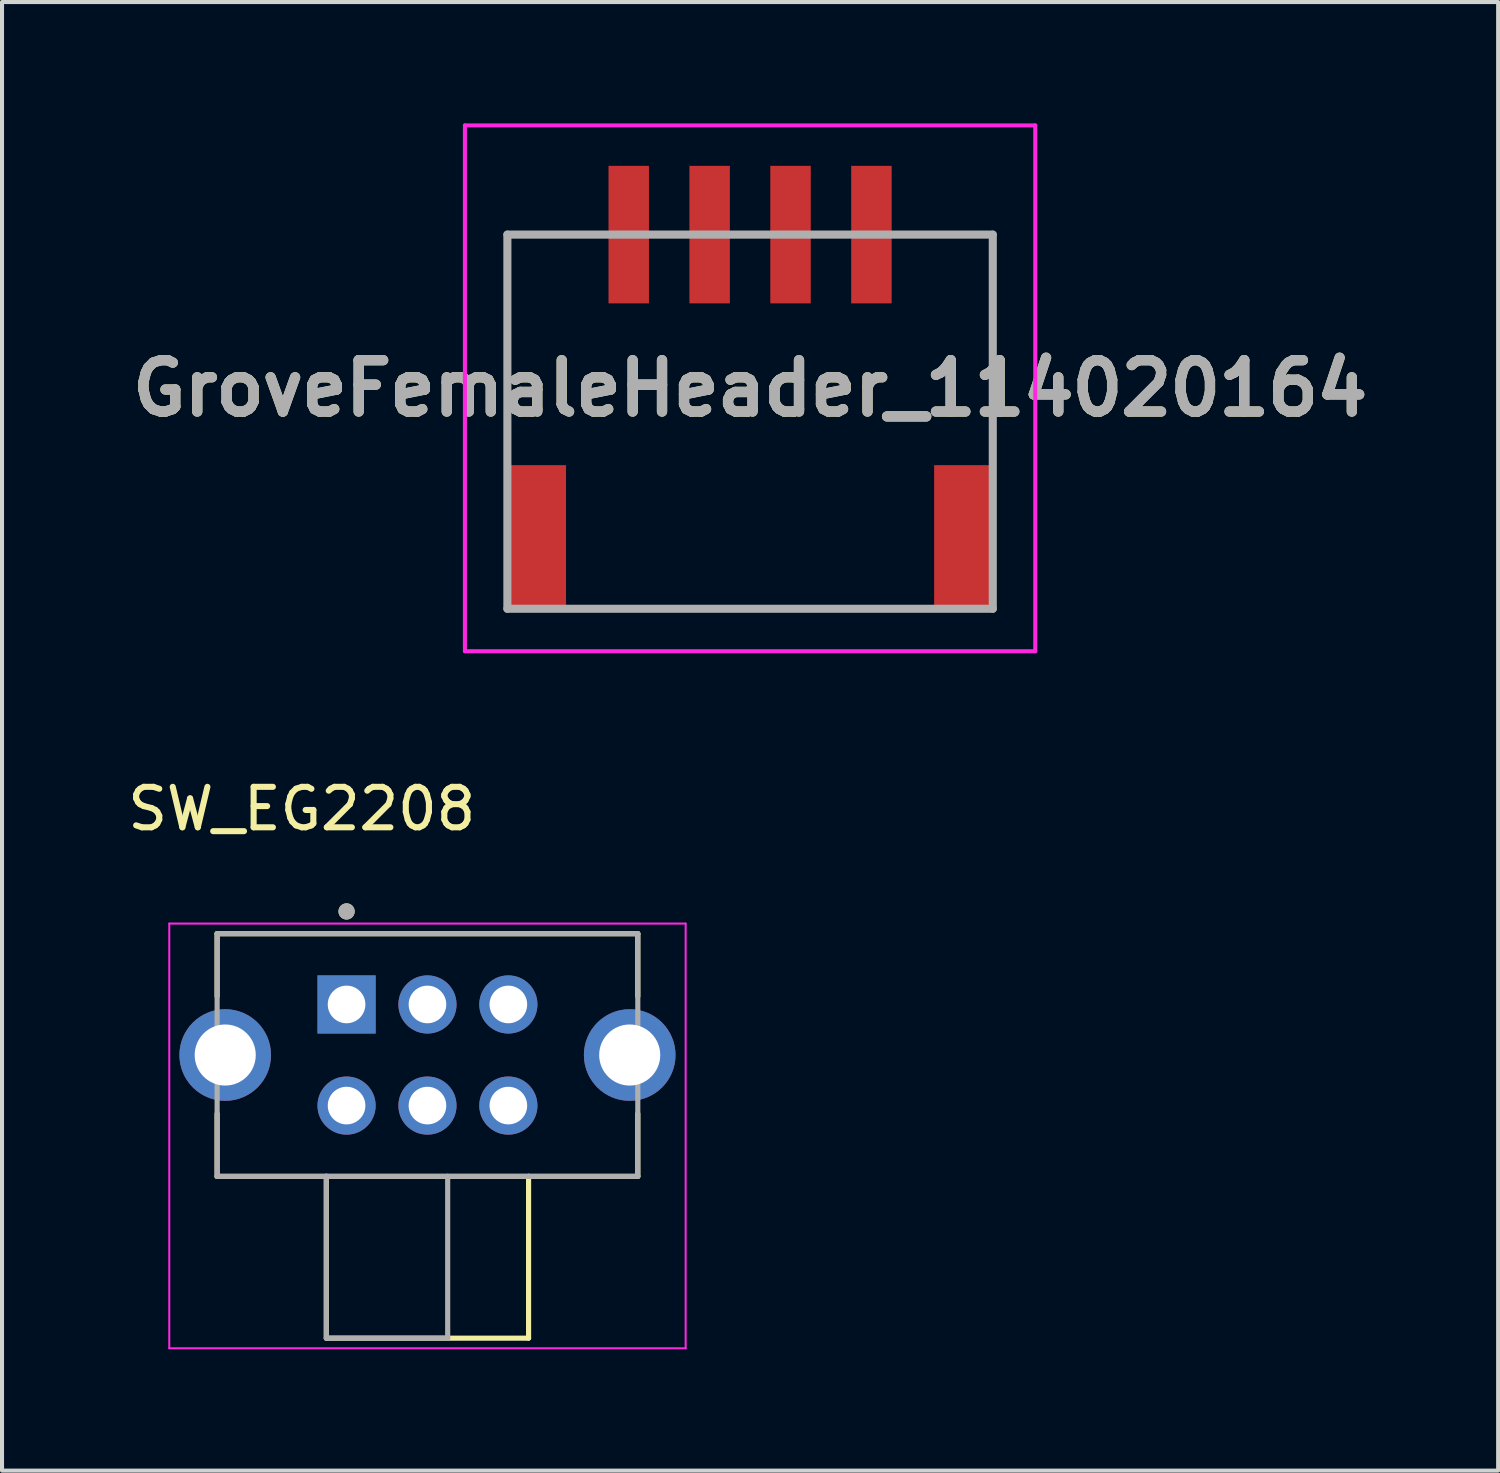
<source format=kicad_pcb>
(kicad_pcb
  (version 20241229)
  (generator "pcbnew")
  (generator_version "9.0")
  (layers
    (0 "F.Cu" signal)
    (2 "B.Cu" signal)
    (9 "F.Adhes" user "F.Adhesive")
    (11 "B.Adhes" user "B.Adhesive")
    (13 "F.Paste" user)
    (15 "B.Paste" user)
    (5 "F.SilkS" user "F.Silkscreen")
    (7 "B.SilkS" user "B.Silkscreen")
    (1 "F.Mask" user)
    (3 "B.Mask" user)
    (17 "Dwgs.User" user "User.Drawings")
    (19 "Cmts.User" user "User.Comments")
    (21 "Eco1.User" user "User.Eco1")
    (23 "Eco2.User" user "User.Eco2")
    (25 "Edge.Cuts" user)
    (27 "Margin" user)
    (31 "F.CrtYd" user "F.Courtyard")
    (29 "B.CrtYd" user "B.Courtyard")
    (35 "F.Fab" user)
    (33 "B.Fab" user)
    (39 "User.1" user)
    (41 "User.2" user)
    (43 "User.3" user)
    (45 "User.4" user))
  (footprint "SW_EG2208"
    (layer "F.Cu")
    (at 7.518 23.033)
    (property "Reference" "SW_EG2208" (at -3.107 -6.085 0) (layer "F.SilkS") (effects (font (size 1 1) (thickness 0.15))))
    (attr through_hole)
    (fp_line (start -5.2 -3) (end -5.2 -1.452) (stroke (width 0.127) (type solid)) (layer "F.SilkS"))
    (fp_line (start -5.2 3) (end -5.2 1.452) (stroke (width 0.127) (type solid)) (layer "F.SilkS"))
    (fp_line (start -5.2 3) (end -2.5 3) (stroke (width 0.127) (type solid)) (layer "F.SilkS"))
    (fp_line (start -2.5 3) (end -2.5 7) (stroke (width 0.127) (type solid)) (layer "F.SilkS"))
    (fp_line (start -2.5 3) (end 2.5 3) (stroke (width 0.127) (type solid)) (layer "F.SilkS"))
    (fp_line (start -2.5 7) (end 2.5 7) (stroke (width 0.127) (type solid)) (layer "F.SilkS"))
    (fp_line (start 2.5 3) (end 5.2 3) (stroke (width 0.127) (type solid)) (layer "F.SilkS"))
    (fp_line (start 2.5 7) (end 2.5 3) (stroke (width 0.127) (type solid)) (layer "F.SilkS"))
    (fp_line (start 5.2 -3) (end -5.2 -3) (stroke (width 0.127) (type solid)) (layer "F.SilkS"))
    (fp_line (start 5.2 -1.452) (end 5.2 -3) (stroke (width 0.127) (type solid)) (layer "F.SilkS"))
    (fp_line (start 5.2 3) (end 5.2 1.452) (stroke (width 0.127) (type solid)) (layer "F.SilkS"))
    (fp_circle (center -2 -3.55) (end -1.9 -3.55) (stroke (width 0.2) (type solid)) (fill no) (layer "F.SilkS"))
    (fp_line (start -6.383 -3.25) (end -6.383 7.25) (stroke (width 0.05) (type solid)) (layer "F.CrtYd"))
    (fp_line (start -6.383 7.25) (end 6.383 7.25) (stroke (width 0.05) (type solid)) (layer "F.CrtYd"))
    (fp_line (start 6.383 -3.25) (end -6.383 -3.25) (stroke (width 0.05) (type solid)) (layer "F.CrtYd"))
    (fp_line (start 6.383 7.25) (end 6.383 -3.25) (stroke (width 0.05) (type solid)) (layer "F.CrtYd"))
    (fp_line (start -5.2 -3) (end -5.2 3) (stroke (width 0.127) (type solid)) (layer "F.Fab"))
    (fp_line (start -5.2 3) (end -2.5 3) (stroke (width 0.127) (type solid)) (layer "F.Fab"))
    (fp_line (start -2.5 3) (end -2.5 7) (stroke (width 0.127) (type solid)) (layer "F.Fab"))
    (fp_line (start -2.5 3) (end 0.5 3) (stroke (width 0.127) (type solid)) (layer "F.Fab"))
    (fp_line (start -2.5 7) (end 0.5 7) (stroke (width 0.127) (type solid)) (layer "F.Fab"))
    (fp_line (start 0.5 3) (end 5.2 3) (stroke (width 0.127) (type solid)) (layer "F.Fab"))
    (fp_line (start 0.5 7) (end 0.5 3) (stroke (width 0.127) (type solid)) (layer "F.Fab"))
    (fp_line (start 5.2 -3) (end -5.2 -3) (stroke (width 0.127) (type solid)) (layer "F.Fab"))
    (fp_line (start 5.2 3) (end 5.2 -3) (stroke (width 0.127) (type solid)) (layer "F.Fab"))
    (fp_circle (center -2 -3.55) (end -1.9 -3.55) (stroke (width 0.2) (type solid)) (fill no) (layer "F.Fab"))
    (pad "1" thru_hole rect (at -2 -1.25) (size 1.438 1.438) (drill 0.93) (layers "*.Cu" "*.Mask"))
    (pad "2" thru_hole circle (at 0 -1.25) (size 1.438 1.438) (drill 0.93) (layers "*.Cu" "*.Mask"))
    (pad "3" thru_hole circle (at 2 -1.25) (size 1.438 1.438) (drill 0.93) (layers "*.Cu" "*.Mask"))
    (pad "4" thru_hole circle (at -2 1.25) (size 1.438 1.438) (drill 0.93) (layers "*.Cu" "*.Mask"))
    (pad "5" thru_hole circle (at 0 1.25) (size 1.438 1.438) (drill 0.93) (layers "*.Cu" "*.Mask"))
    (pad "6" thru_hole circle (at 2 1.25) (size 1.438 1.438) (drill 0.93) (layers "*.Cu" "*.Mask"))
    (pad "S1" thru_hole circle (at -5 0) (size 2.265 2.265) (drill 1.51) (layers "*.Cu" "*.Mask"))
    (pad "S2" thru_hole circle (at 5 0) (size 2.265 2.265) (drill 1.51) (layers "*.Cu" "*.Mask")))
  (footprint "GroveFemaleHeader_114020164"
    (layer "F.Cu")
    (at 15.494 6.55)
    (property "Reference" "GroveFemaleHeader_114020164" (at 0 0 0) (layer "F.SilkS") (effects (font (size 1.27 1.27) (thickness 0.254))))
    (attr smd)
    (fp_line (start -6 -3.8) (end -3.8 -3.8) (stroke (width 0.1) (type solid)) (layer "F.SilkS"))
    (fp_line (start -6 1.425) (end -6 -3.8) (stroke (width 0.1) (type solid)) (layer "F.SilkS"))
    (fp_line (start -4.2 5.45) (end 4.2 5.45) (stroke (width 0.1) (type solid)) (layer "F.SilkS"))
    (fp_line (start 6 -3.8) (end 3.8 -3.8) (stroke (width 0.1) (type solid)) (layer "F.SilkS"))
    (fp_line (start 6 1.425) (end 6 -3.8) (stroke (width 0.1) (type solid)) (layer "F.SilkS"))
    (fp_line (start -7.05 -6.5) (end 7.05 -6.5) (stroke (width 0.1) (type solid)) (layer "F.CrtYd"))
    (fp_line (start -7.05 6.5) (end -7.05 -6.5) (stroke (width 0.1) (type solid)) (layer "F.CrtYd"))
    (fp_line (start 7.05 -6.5) (end 7.05 6.5) (stroke (width 0.1) (type solid)) (layer "F.CrtYd"))
    (fp_line (start 7.05 6.5) (end -7.05 6.5) (stroke (width 0.1) (type solid)) (layer "F.CrtYd"))
    (fp_line (start -6 -3.8) (end 6 -3.8) (stroke (width 0.2) (type solid)) (layer "F.Fab"))
    (fp_line (start -6 5.45) (end -6 -3.8) (stroke (width 0.2) (type solid)) (layer "F.Fab"))
    (fp_line (start 6 -3.8) (end 6 5.45) (stroke (width 0.2) (type solid)) (layer "F.Fab"))
    (fp_line (start 6 5.45) (end -6 5.45) (stroke (width 0.2) (type solid)) (layer "F.Fab"))
    (fp_text user "${REFERENCE}" (at 0 0 0) (layer "F.Fab") (effects (font (size 1.27 1.27) (thickness 0.254))))
    (pad "1" smd rect (at -3 -3.8) (size 1 3.4) (layers "F.Cu" "F.Mask" "F.Paste"))
    (pad "2" smd rect (at -1 -3.8) (size 1 3.4) (layers "F.Cu" "F.Mask" "F.Paste"))
    (pad "3" smd rect (at 1 -3.8) (size 1 3.4) (layers "F.Cu" "F.Mask" "F.Paste"))
    (pad "4" smd rect (at 3 -3.8) (size 1 3.4) (layers "F.Cu" "F.Mask" "F.Paste"))
    (pad "MP1" smd rect (at -5.3 3.7) (size 1.5 3.6) (layers "F.Cu" "F.Mask" "F.Paste"))
    (pad "MP2" smd rect (at 5.3 3.7) (size 1.5 3.6) (layers "F.Cu" "F.Mask" "F.Paste")))
  (gr_rect
    (start -3 -3)
    (end 33.988 33.308)
    (stroke (width 0.1) (type default))
    (fill no)
    (layer "Edge.Cuts")))
</source>
